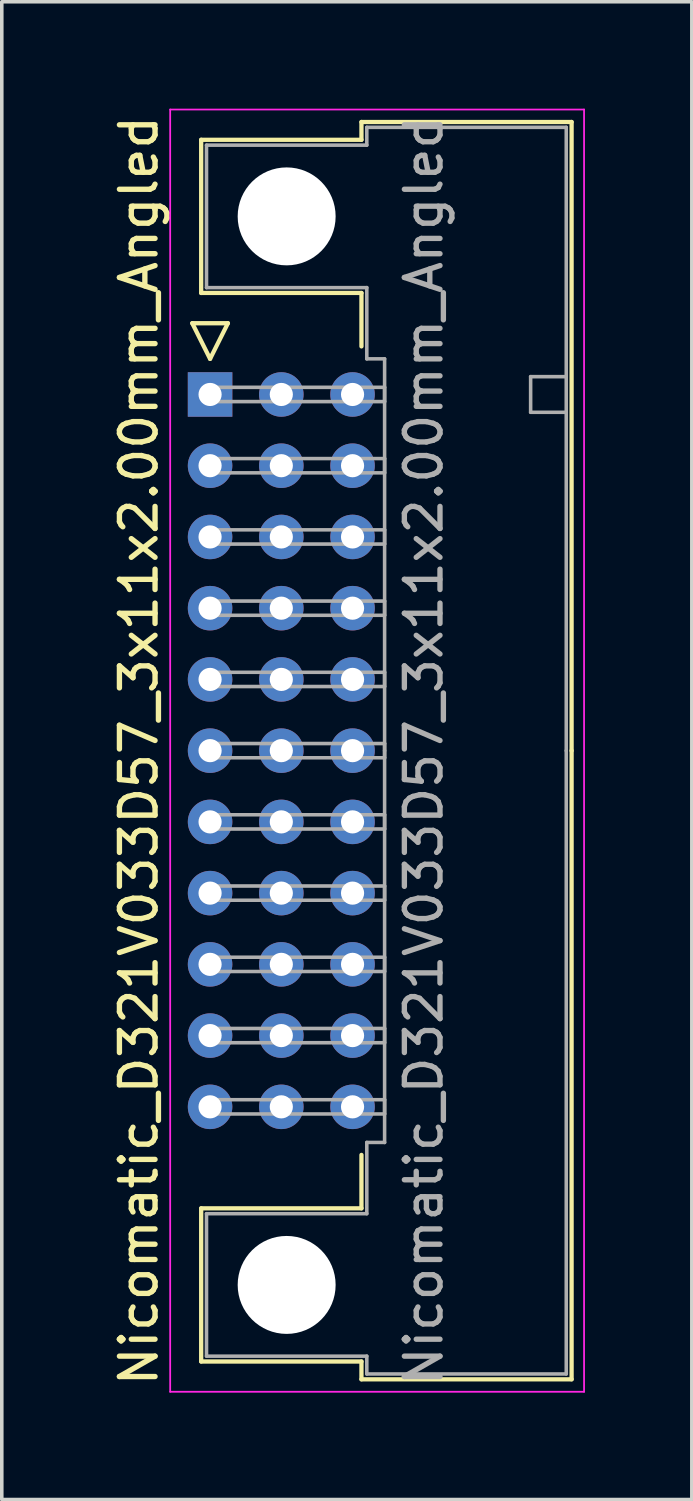
<source format=kicad_pcb>
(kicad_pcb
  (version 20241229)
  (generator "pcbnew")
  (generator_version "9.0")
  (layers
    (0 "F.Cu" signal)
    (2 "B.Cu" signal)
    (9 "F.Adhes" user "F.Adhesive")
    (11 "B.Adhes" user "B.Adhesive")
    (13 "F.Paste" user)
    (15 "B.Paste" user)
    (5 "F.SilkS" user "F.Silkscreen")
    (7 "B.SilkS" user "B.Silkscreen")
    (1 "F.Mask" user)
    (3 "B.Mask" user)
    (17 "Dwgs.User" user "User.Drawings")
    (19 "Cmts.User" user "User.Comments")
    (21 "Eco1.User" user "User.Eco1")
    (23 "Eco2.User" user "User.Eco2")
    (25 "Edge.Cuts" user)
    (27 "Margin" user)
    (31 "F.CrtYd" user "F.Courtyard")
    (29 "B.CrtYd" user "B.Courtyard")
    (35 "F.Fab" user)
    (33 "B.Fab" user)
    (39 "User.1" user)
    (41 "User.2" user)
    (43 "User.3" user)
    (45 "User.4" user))
  (footprint "Nicomatic_D321V033D57_3x11x2.00mm_Angled"
    (layer "F.Cu")
    (at 2.848 8.025)
    (property "Reference" "Nicomatic_D321V033D57_3x11x2.00mm_Angled" (at -2 10 90) (layer "F.SilkS") (effects (font (size 1 1) (thickness 0.15))))
    (attr through_hole)
    (fp_line (start -0.5 -2) (end 0 -1) (stroke (width 0.12) (type solid)) (layer "F.SilkS"))
    (fp_line (start -0.25 -7.15) (end -0.25 -2.85) (stroke (width 0.12) (type solid)) (layer "F.SilkS"))
    (fp_line (start -0.25 -2.85) (end 4.25 -2.85) (stroke (width 0.12) (type solid)) (layer "F.SilkS"))
    (fp_line (start -0.25 22.85) (end 4.25 22.85) (stroke (width 0.12) (type solid)) (layer "F.SilkS"))
    (fp_line (start -0.25 27.15) (end -0.25 22.85) (stroke (width 0.12) (type solid)) (layer "F.SilkS"))
    (fp_line (start 0 -1) (end 0.5 -2) (stroke (width 0.12) (type solid)) (layer "F.SilkS"))
    (fp_line (start 0.5 -2) (end -0.5 -2) (stroke (width 0.12) (type solid)) (layer "F.SilkS"))
    (fp_line (start 4.25 -7.65) (end 4.25 -7.15) (stroke (width 0.12) (type solid)) (layer "F.SilkS"))
    (fp_line (start 4.25 -7.15) (end -0.25 -7.15) (stroke (width 0.12) (type solid)) (layer "F.SilkS"))
    (fp_line (start 4.25 -2.85) (end 4.25 -1.35) (stroke (width 0.12) (type solid)) (layer "F.SilkS"))
    (fp_line (start 4.25 22.85) (end 4.25 21.35) (stroke (width 0.12) (type solid)) (layer "F.SilkS"))
    (fp_line (start 4.25 27.15) (end -0.25 27.15) (stroke (width 0.12) (type solid)) (layer "F.SilkS"))
    (fp_line (start 4.25 27.65) (end 4.25 27.15) (stroke (width 0.12) (type solid)) (layer "F.SilkS"))
    (fp_line (start 10.15 -7.65) (end 4.25 -7.65) (stroke (width 0.12) (type solid)) (layer "F.SilkS"))
    (fp_line (start 10.15 10) (end 10.15 -7.65) (stroke (width 0.12) (type solid)) (layer "F.SilkS"))
    (fp_line (start 10.15 10) (end 10.15 27.65) (stroke (width 0.12) (type solid)) (layer "F.SilkS"))
    (fp_line (start 10.15 27.65) (end 4.25 27.65) (stroke (width 0.12) (type solid)) (layer "F.SilkS"))
    (fp_line (start -1.12 -8) (end -1.12 28) (stroke (width 0.05) (type solid)) (layer "F.CrtYd"))
    (fp_line (start -1.12 28) (end 10.5 28) (stroke (width 0.05) (type solid)) (layer "F.CrtYd"))
    (fp_line (start 10.5 -8) (end -1.12 -8) (stroke (width 0.05) (type solid)) (layer "F.CrtYd"))
    (fp_line (start 10.5 28) (end 10.5 -8) (stroke (width 0.05) (type solid)) (layer "F.CrtYd"))
    (fp_line (start -0.1 -7) (end -0.1 -3) (stroke (width 0.1) (type solid)) (layer "F.Fab"))
    (fp_line (start -0.1 -3) (end 4.4 -3) (stroke (width 0.1) (type solid)) (layer "F.Fab"))
    (fp_line (start -0.1 23) (end 4.4 23) (stroke (width 0.1) (type solid)) (layer "F.Fab"))
    (fp_line (start -0.1 27) (end -0.1 23) (stroke (width 0.1) (type solid)) (layer "F.Fab"))
    (fp_line (start 0 -0.2) (end 0 0.2) (stroke (width 0.1) (type solid)) (layer "F.Fab"))
    (fp_line (start 0 0.2) (end 4.9 0.2) (stroke (width 0.1) (type solid)) (layer "F.Fab"))
    (fp_line (start 0 1.8) (end 0 2.2) (stroke (width 0.1) (type solid)) (layer "F.Fab"))
    (fp_line (start 0 2.2) (end 4.9 2.2) (stroke (width 0.1) (type solid)) (layer "F.Fab"))
    (fp_line (start 0 3.8) (end 0 4.2) (stroke (width 0.1) (type solid)) (layer "F.Fab"))
    (fp_line (start 0 4.2) (end 4.9 4.2) (stroke (width 0.1) (type solid)) (layer "F.Fab"))
    (fp_line (start 0 5.8) (end 0 6.2) (stroke (width 0.1) (type solid)) (layer "F.Fab"))
    (fp_line (start 0 6.2) (end 4.9 6.2) (stroke (width 0.1) (type solid)) (layer "F.Fab"))
    (fp_line (start 0 7.8) (end 0 8.2) (stroke (width 0.1) (type solid)) (layer "F.Fab"))
    (fp_line (start 0 8.2) (end 4.9 8.2) (stroke (width 0.1) (type solid)) (layer "F.Fab"))
    (fp_line (start 0 9.8) (end 0 10.2) (stroke (width 0.1) (type solid)) (layer "F.Fab"))
    (fp_line (start 0 10.2) (end 4.9 10.2) (stroke (width 0.1) (type solid)) (layer "F.Fab"))
    (fp_line (start 0 11.8) (end 0 12.2) (stroke (width 0.1) (type solid)) (layer "F.Fab"))
    (fp_line (start 0 12.2) (end 4.9 12.2) (stroke (width 0.1) (type solid)) (layer "F.Fab"))
    (fp_line (start 0 13.8) (end 0 14.2) (stroke (width 0.1) (type solid)) (layer "F.Fab"))
    (fp_line (start 0 14.2) (end 4.9 14.2) (stroke (width 0.1) (type solid)) (layer "F.Fab"))
    (fp_line (start 0 15.8) (end 0 16.2) (stroke (width 0.1) (type solid)) (layer "F.Fab"))
    (fp_line (start 0 16.2) (end 4.9 16.2) (stroke (width 0.1) (type solid)) (layer "F.Fab"))
    (fp_line (start 0 17.8) (end 0 18.2) (stroke (width 0.1) (type solid)) (layer "F.Fab"))
    (fp_line (start 0 18.2) (end 4.9 18.2) (stroke (width 0.1) (type solid)) (layer "F.Fab"))
    (fp_line (start 0 19.8) (end 0 20.2) (stroke (width 0.1) (type solid)) (layer "F.Fab"))
    (fp_line (start 0 20.2) (end 4.9 20.2) (stroke (width 0.1) (type solid)) (layer "F.Fab"))
    (fp_line (start 4.4 -7.5) (end 4.4 -7) (stroke (width 0.1) (type solid)) (layer "F.Fab"))
    (fp_line (start 4.4 -7) (end -0.1 -7) (stroke (width 0.1) (type solid)) (layer "F.Fab"))
    (fp_line (start 4.4 -3) (end 4.4 -1) (stroke (width 0.1) (type solid)) (layer "F.Fab"))
    (fp_line (start 4.4 -1) (end 4.9 -1) (stroke (width 0.1) (type solid)) (layer "F.Fab"))
    (fp_line (start 4.4 21) (end 4.9 21) (stroke (width 0.1) (type solid)) (layer "F.Fab"))
    (fp_line (start 4.4 23) (end 4.4 21) (stroke (width 0.1) (type solid)) (layer "F.Fab"))
    (fp_line (start 4.4 27) (end -0.1 27) (stroke (width 0.1) (type solid)) (layer "F.Fab"))
    (fp_line (start 4.4 27.5) (end 4.4 27) (stroke (width 0.1) (type solid)) (layer "F.Fab"))
    (fp_line (start 4.9 -1) (end 4.9 10) (stroke (width 0.1) (type solid)) (layer "F.Fab"))
    (fp_line (start 4.9 -0.2) (end 0 -0.2) (stroke (width 0.1) (type solid)) (layer "F.Fab"))
    (fp_line (start 4.9 0.2) (end 4.9 -0.2) (stroke (width 0.1) (type solid)) (layer "F.Fab"))
    (fp_line (start 4.9 1.8) (end 0 1.8) (stroke (width 0.1) (type solid)) (layer "F.Fab"))
    (fp_line (start 4.9 2.2) (end 4.9 1.8) (stroke (width 0.1) (type solid)) (layer "F.Fab"))
    (fp_line (start 4.9 3.8) (end 0 3.8) (stroke (width 0.1) (type solid)) (layer "F.Fab"))
    (fp_line (start 4.9 4.2) (end 4.9 3.8) (stroke (width 0.1) (type solid)) (layer "F.Fab"))
    (fp_line (start 4.9 5.8) (end 0 5.8) (stroke (width 0.1) (type solid)) (layer "F.Fab"))
    (fp_line (start 4.9 6.2) (end 4.9 5.8) (stroke (width 0.1) (type solid)) (layer "F.Fab"))
    (fp_line (start 4.9 7.8) (end 0 7.8) (stroke (width 0.1) (type solid)) (layer "F.Fab"))
    (fp_line (start 4.9 8.2) (end 4.9 7.8) (stroke (width 0.1) (type solid)) (layer "F.Fab"))
    (fp_line (start 4.9 9.8) (end 0 9.8) (stroke (width 0.1) (type solid)) (layer "F.Fab"))
    (fp_line (start 4.9 10.2) (end 4.9 9.8) (stroke (width 0.1) (type solid)) (layer "F.Fab"))
    (fp_line (start 4.9 11.8) (end 0 11.8) (stroke (width 0.1) (type solid)) (layer "F.Fab"))
    (fp_line (start 4.9 12.2) (end 4.9 11.8) (stroke (width 0.1) (type solid)) (layer "F.Fab"))
    (fp_line (start 4.9 13.8) (end 0 13.8) (stroke (width 0.1) (type solid)) (layer "F.Fab"))
    (fp_line (start 4.9 14.2) (end 4.9 13.8) (stroke (width 0.1) (type solid)) (layer "F.Fab"))
    (fp_line (start 4.9 15.8) (end 0 15.8) (stroke (width 0.1) (type solid)) (layer "F.Fab"))
    (fp_line (start 4.9 16.2) (end 4.9 15.8) (stroke (width 0.1) (type solid)) (layer "F.Fab"))
    (fp_line (start 4.9 17.8) (end 0 17.8) (stroke (width 0.1) (type solid)) (layer "F.Fab"))
    (fp_line (start 4.9 18.2) (end 4.9 17.8) (stroke (width 0.1) (type solid)) (layer "F.Fab"))
    (fp_line (start 4.9 19.8) (end 0 19.8) (stroke (width 0.1) (type solid)) (layer "F.Fab"))
    (fp_line (start 4.9 20.2) (end 4.9 19.8) (stroke (width 0.1) (type solid)) (layer "F.Fab"))
    (fp_line (start 4.9 21) (end 4.9 10) (stroke (width 0.1) (type solid)) (layer "F.Fab"))
    (fp_line (start 9 -0.5) (end 9 0.5) (stroke (width 0.1) (type solid)) (layer "F.Fab"))
    (fp_line (start 9 0.5) (end 10 0.5) (stroke (width 0.1) (type solid)) (layer "F.Fab"))
    (fp_line (start 10 -7.5) (end 4.4 -7.5) (stroke (width 0.1) (type solid)) (layer "F.Fab"))
    (fp_line (start 10 -0.5) (end 9 -0.5) (stroke (width 0.1) (type solid)) (layer "F.Fab"))
    (fp_line (start 10 10) (end 10 -7.5) (stroke (width 0.1) (type solid)) (layer "F.Fab"))
    (fp_line (start 10 10) (end 10 27.5) (stroke (width 0.1) (type solid)) (layer "F.Fab"))
    (fp_line (start 10 27.5) (end 4.4 27.5) (stroke (width 0.1) (type solid)) (layer "F.Fab"))
    (fp_text user "${REFERENCE}" (at 6 10 90) (layer "F.Fab") (effects (font (size 1 1) (thickness 0.15))))
    (pad "" np_thru_hole circle (at 2.15 -5) (size 2.75 2.75) (drill 2.75) (layers "*.Cu" "*.Mask"))
    (pad "" np_thru_hole circle (at 2.15 25) (size 2.75 2.75) (drill 2.75) (layers "*.Cu" "*.Mask"))
    (pad "1" thru_hole rect (at 0 0) (size 1.25 1.25) (drill 0.65) (layers "*.Cu" "*.Mask"))
    (pad "2" thru_hole oval (at 0 2) (size 1.25 1.25) (drill 0.65) (layers "*.Cu" "*.Mask"))
    (pad "3" thru_hole oval (at 0 4) (size 1.25 1.25) (drill 0.65) (layers "*.Cu" "*.Mask"))
    (pad "4" thru_hole oval (at 0 6) (size 1.25 1.25) (drill 0.65) (layers "*.Cu" "*.Mask"))
    (pad "5" thru_hole oval (at 0 8) (size 1.25 1.25) (drill 0.65) (layers "*.Cu" "*.Mask"))
    (pad "6" thru_hole oval (at 0 10) (size 1.25 1.25) (drill 0.65) (layers "*.Cu" "*.Mask"))
    (pad "7" thru_hole oval (at 0 12) (size 1.25 1.25) (drill 0.65) (layers "*.Cu" "*.Mask"))
    (pad "8" thru_hole oval (at 0 14) (size 1.25 1.25) (drill 0.65) (layers "*.Cu" "*.Mask"))
    (pad "9" thru_hole oval (at 0 16) (size 1.25 1.25) (drill 0.65) (layers "*.Cu" "*.Mask"))
    (pad "10" thru_hole oval (at 0 18) (size 1.25 1.25) (drill 0.65) (layers "*.Cu" "*.Mask"))
    (pad "11" thru_hole oval (at 0 20) (size 1.25 1.25) (drill 0.65) (layers "*.Cu" "*.Mask"))
    (pad "12" thru_hole oval (at 2 0) (size 1.25 1.25) (drill 0.65) (layers "*.Cu" "*.Mask"))
    (pad "13" thru_hole oval (at 2 2) (size 1.25 1.25) (drill 0.65) (layers "*.Cu" "*.Mask"))
    (pad "14" thru_hole oval (at 2 4) (size 1.25 1.25) (drill 0.65) (layers "*.Cu" "*.Mask"))
    (pad "15" thru_hole oval (at 2 6) (size 1.25 1.25) (drill 0.65) (layers "*.Cu" "*.Mask"))
    (pad "16" thru_hole oval (at 2 8) (size 1.25 1.25) (drill 0.65) (layers "*.Cu" "*.Mask"))
    (pad "17" thru_hole oval (at 2 10) (size 1.25 1.25) (drill 0.65) (layers "*.Cu" "*.Mask"))
    (pad "18" thru_hole oval (at 2 12) (size 1.25 1.25) (drill 0.65) (layers "*.Cu" "*.Mask"))
    (pad "19" thru_hole oval (at 2 14) (size 1.25 1.25) (drill 0.65) (layers "*.Cu" "*.Mask"))
    (pad "20" thru_hole oval (at 2 16) (size 1.25 1.25) (drill 0.65) (layers "*.Cu" "*.Mask"))
    (pad "21" thru_hole oval (at 2 18) (size 1.25 1.25) (drill 0.65) (layers "*.Cu" "*.Mask"))
    (pad "22" thru_hole oval (at 2 20) (size 1.25 1.25) (drill 0.65) (layers "*.Cu" "*.Mask"))
    (pad "23" thru_hole oval (at 4 0) (size 1.25 1.25) (drill 0.65) (layers "*.Cu" "*.Mask"))
    (pad "24" thru_hole oval (at 4 2) (size 1.25 1.25) (drill 0.65) (layers "*.Cu" "*.Mask"))
    (pad "25" thru_hole oval (at 4 4) (size 1.25 1.25) (drill 0.65) (layers "*.Cu" "*.Mask"))
    (pad "26" thru_hole oval (at 4 6) (size 1.25 1.25) (drill 0.65) (layers "*.Cu" "*.Mask"))
    (pad "27" thru_hole oval (at 4 8) (size 1.25 1.25) (drill 0.65) (layers "*.Cu" "*.Mask"))
    (pad "28" thru_hole oval (at 4 10) (size 1.25 1.25) (drill 0.65) (layers "*.Cu" "*.Mask"))
    (pad "29" thru_hole oval (at 4 12) (size 1.25 1.25) (drill 0.65) (layers "*.Cu" "*.Mask"))
    (pad "30" thru_hole oval (at 4 14) (size 1.25 1.25) (drill 0.65) (layers "*.Cu" "*.Mask"))
    (pad "31" thru_hole oval (at 4 16) (size 1.25 1.25) (drill 0.65) (layers "*.Cu" "*.Mask"))
    (pad "32" thru_hole oval (at 4 18) (size 1.25 1.25) (drill 0.65) (layers "*.Cu" "*.Mask"))
    (pad "33" thru_hole oval (at 4 20) (size 1.25 1.25) (drill 0.65) (layers "*.Cu" "*.Mask")))
  (gr_rect
    (start -3 -3)
    (end 16.373 39.05)
    (stroke (width 0.1) (type default))
    (fill no)
    (layer "Edge.Cuts")))
</source>
